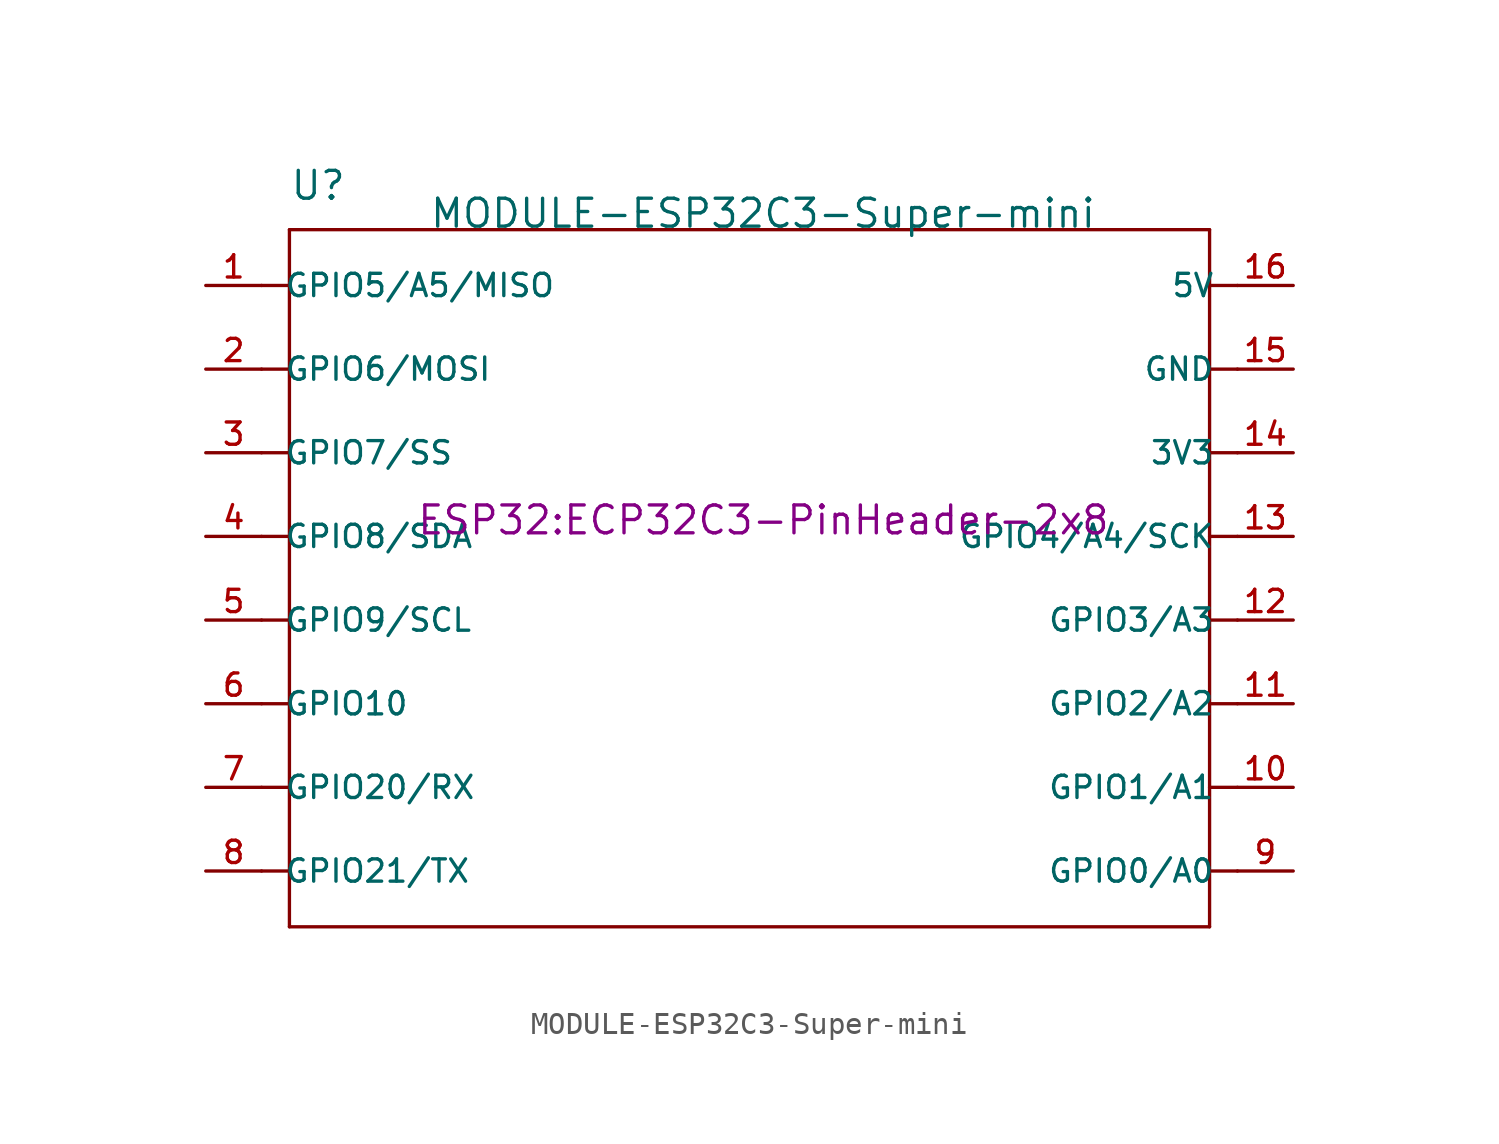
<source format=kicad_sym>
(kicad_symbol_lib
  (version 20220914)
  (generator kicad_symbol_editor)
  (symbol "MODULE-ESP32C3-Super-mini"
    (pin_names
      (offset 1.016))
    (property "Reference" "U"
      (at -21.59 15.24 0)
      (effects (font (size 1.27 1.27)) (justify left bottom)))
    (property "Value" "MODULE-ESP32C3-Super-mini"
      (at -15.24 13.97 0)
      (effects (font (size 1.27 1.27)) (justify left bottom)))
    (property "Footprint" "ESP32:ECP32C3-PinHeader-2x8"
      (at 0 0 0)
      (effects (font (size 1.27 1.27)) (justify bottom)))
    (symbol "MODULE-ESP32C3-Super-mini_0_0"
      (polyline (pts (xy -21.59 -17.78) (xy -21.59 0)) (stroke (width 0.152) (type default)) (fill (type none)))
      (polyline (pts (xy -21.59 -15.24) (xy -22.86 -15.24)) (stroke (width 0.152) (type default)) (fill (type none)))
      (polyline (pts (xy -21.59 -11.43) (xy -22.86 -11.43)) (stroke (width 0.152) (type default)) (fill (type none)))
      (polyline (pts (xy -21.59 -7.62) (xy -22.86 -7.62)) (stroke (width 0.152) (type default)) (fill (type none)))
      (polyline (pts (xy -21.59 -3.81) (xy -22.86 -3.81)) (stroke (width 0.152) (type default)) (fill (type none)))
      (polyline (pts (xy -21.59 0) (xy -22.86 0)) (stroke (width 0.152) (type default)) (fill (type none)))
      (polyline (pts (xy -21.59 0) (xy -21.59 3.81)) (stroke (width 0.152) (type default)) (fill (type none)))
      (polyline (pts (xy -21.59 3.81) (xy -22.86 3.81)) (stroke (width 0.152) (type default)) (fill (type none)))
      (polyline (pts (xy -21.59 3.81) (xy -21.59 7.62)) (stroke (width 0.152) (type default)) (fill (type none)))
      (polyline (pts (xy -21.59 7.62) (xy -22.86 7.62)) (stroke (width 0.152) (type default)) (fill (type none)))
      (polyline (pts (xy -21.59 7.62) (xy -21.59 11.43)) (stroke (width 0.152) (type default)) (fill (type none)))
      (polyline (pts (xy -21.59 11.43) (xy -22.86 11.43)) (stroke (width 0.152) (type default)) (fill (type none)))
      (polyline (pts (xy -21.59 11.43) (xy -21.59 13.97)) (stroke (width 0.152) (type default)) (fill (type none)))
      (polyline (pts (xy -21.59 13.97) (xy 20.32 13.97)) (stroke (width 0.152) (type default)) (fill (type none)))
      (polyline (pts (xy 20.32 -17.78) (xy -21.59 -17.78)) (stroke (width 0.152) (type default)) (fill (type none)))
      (polyline (pts (xy 20.32 3.81) (xy 20.32 -17.78)) (stroke (width 0.152) (type default)) (fill (type none)))
      (polyline (pts (xy 20.32 7.62) (xy 20.32 3.81)) (stroke (width 0.152) (type default)) (fill (type none)))
      (polyline (pts (xy 20.32 11.43) (xy 20.32 7.62)) (stroke (width 0.152) (type default)) (fill (type none)))
      (polyline (pts (xy 20.32 13.97) (xy 20.32 11.43)) (stroke (width 0.152) (type default)) (fill (type none)))
      (polyline (pts (xy 21.59 -15.24) (xy 20.32 -15.24)) (stroke (width 0.152) (type default)) (fill (type none)))
      (polyline (pts (xy 21.59 -11.43) (xy 20.32 -11.43)) (stroke (width 0.152) (type default)) (fill (type none)))
      (polyline (pts (xy 21.59 -7.62) (xy 20.32 -7.62)) (stroke (width 0.152) (type default)) (fill (type none)))
      (polyline (pts (xy 21.59 -3.81) (xy 20.32 -3.81)) (stroke (width 0.152) (type default)) (fill (type none)))
      (polyline (pts (xy 21.59 0) (xy 20.32 0)) (stroke (width 0.152) (type default)) (fill (type none)))
      (polyline (pts (xy 21.59 3.81) (xy 20.32 3.81)) (stroke (width 0.152) (type default)) (fill (type none)))
      (polyline (pts (xy 21.59 7.62) (xy 20.32 7.62)) (stroke (width 0.152) (type default)) (fill (type none)))
      (polyline (pts (xy 21.59 11.43) (xy 20.32 11.43)) (stroke (width 0.152) (type default)) (fill (type none))))
    (symbol "MODULE-ESP32C3-Super-mini_1_0"
      (pin bidirectional line (at -25.4 11.43 0) (length 2.54) (name "GPIO5/A5/MISO" (effects (font (size 1.016 1.016)))) (number "1" (effects (font (size 1.016 1.016)))))
      (pin bidirectional line (at 24.13 -11.43 180) (length 2.54) (name "GPIO1/A1" (effects (font (size 1.016 1.016)))) (number "10" (effects (font (size 1.016 1.016)))))
      (pin bidirectional line (at 24.13 -7.62 180) (length 2.54) (name "GPIO2/A2" (effects (font (size 1.016 1.016)))) (number "11" (effects (font (size 1.016 1.016)))))
      (pin bidirectional line (at 24.13 -3.81 180) (length 2.54) (name "GPIO3/A3" (effects (font (size 1.016 1.016)))) (number "12" (effects (font (size 1.016 1.016)))))
      (pin bidirectional line (at 24.13 0 180) (length 2.54) (name "GPIO4/A4/SCK" (effects (font (size 1.016 1.016)))) (number "13" (effects (font (size 1.016 1.016)))))
      (pin bidirectional line (at 24.13 3.81 180) (length 2.54) (name "3V3" (effects (font (size 1.016 1.016)))) (number "14" (effects (font (size 1.016 1.016)))))
      (pin bidirectional line (at 24.13 7.62 180) (length 2.54) (name "GND" (effects (font (size 1.016 1.016)))) (number "15" (effects (font (size 1.016 1.016)))))
      (pin bidirectional line (at 24.13 11.43 180) (length 2.54) (name "5V" (effects (font (size 1.016 1.016)))) (number "16" (effects (font (size 1.016 1.016)))))
      (pin bidirectional line (at -25.4 7.62 0) (length 2.54) (name "GPIO6/MOSI" (effects (font (size 1.016 1.016)))) (number "2" (effects (font (size 1.016 1.016)))))
      (pin bidirectional line (at -25.4 3.81 0) (length 2.54) (name "GPIO7/SS" (effects (font (size 1.016 1.016)))) (number "3" (effects (font (size 1.016 1.016)))))
      (pin bidirectional line (at -25.4 0 0) (length 2.54) (name "GPIO8/SDA" (effects (font (size 1.016 1.016)))) (number "4" (effects (font (size 1.016 1.016)))))
      (pin bidirectional line (at -25.4 -3.81 0) (length 2.54) (name "GPIO9/SCL" (effects (font (size 1.016 1.016)))) (number "5" (effects (font (size 1.016 1.016)))))
      (pin bidirectional line (at -25.4 -7.62 0) (length 2.54) (name "GPIO10" (effects (font (size 1.016 1.016)))) (number "6" (effects (font (size 1.016 1.016)))))
      (pin bidirectional line (at -25.4 -11.43 0) (length 2.54) (name "GPIO20/RX" (effects (font (size 1.016 1.016)))) (number "7" (effects (font (size 1.016 1.016)))))
      (pin bidirectional line (at -25.4 -15.24 0) (length 2.54) (name "GPIO21/TX" (effects (font (size 1.016 1.016)))) (number "8" (effects (font (size 1.016 1.016)))))
      (pin bidirectional line (at 24.13 -15.24 180) (length 2.54) (name "GPIO0/A0" (effects (font (size 1.016 1.016)))) (number "9" (effects (font (size 1.016 1.016))))))))
</source>
